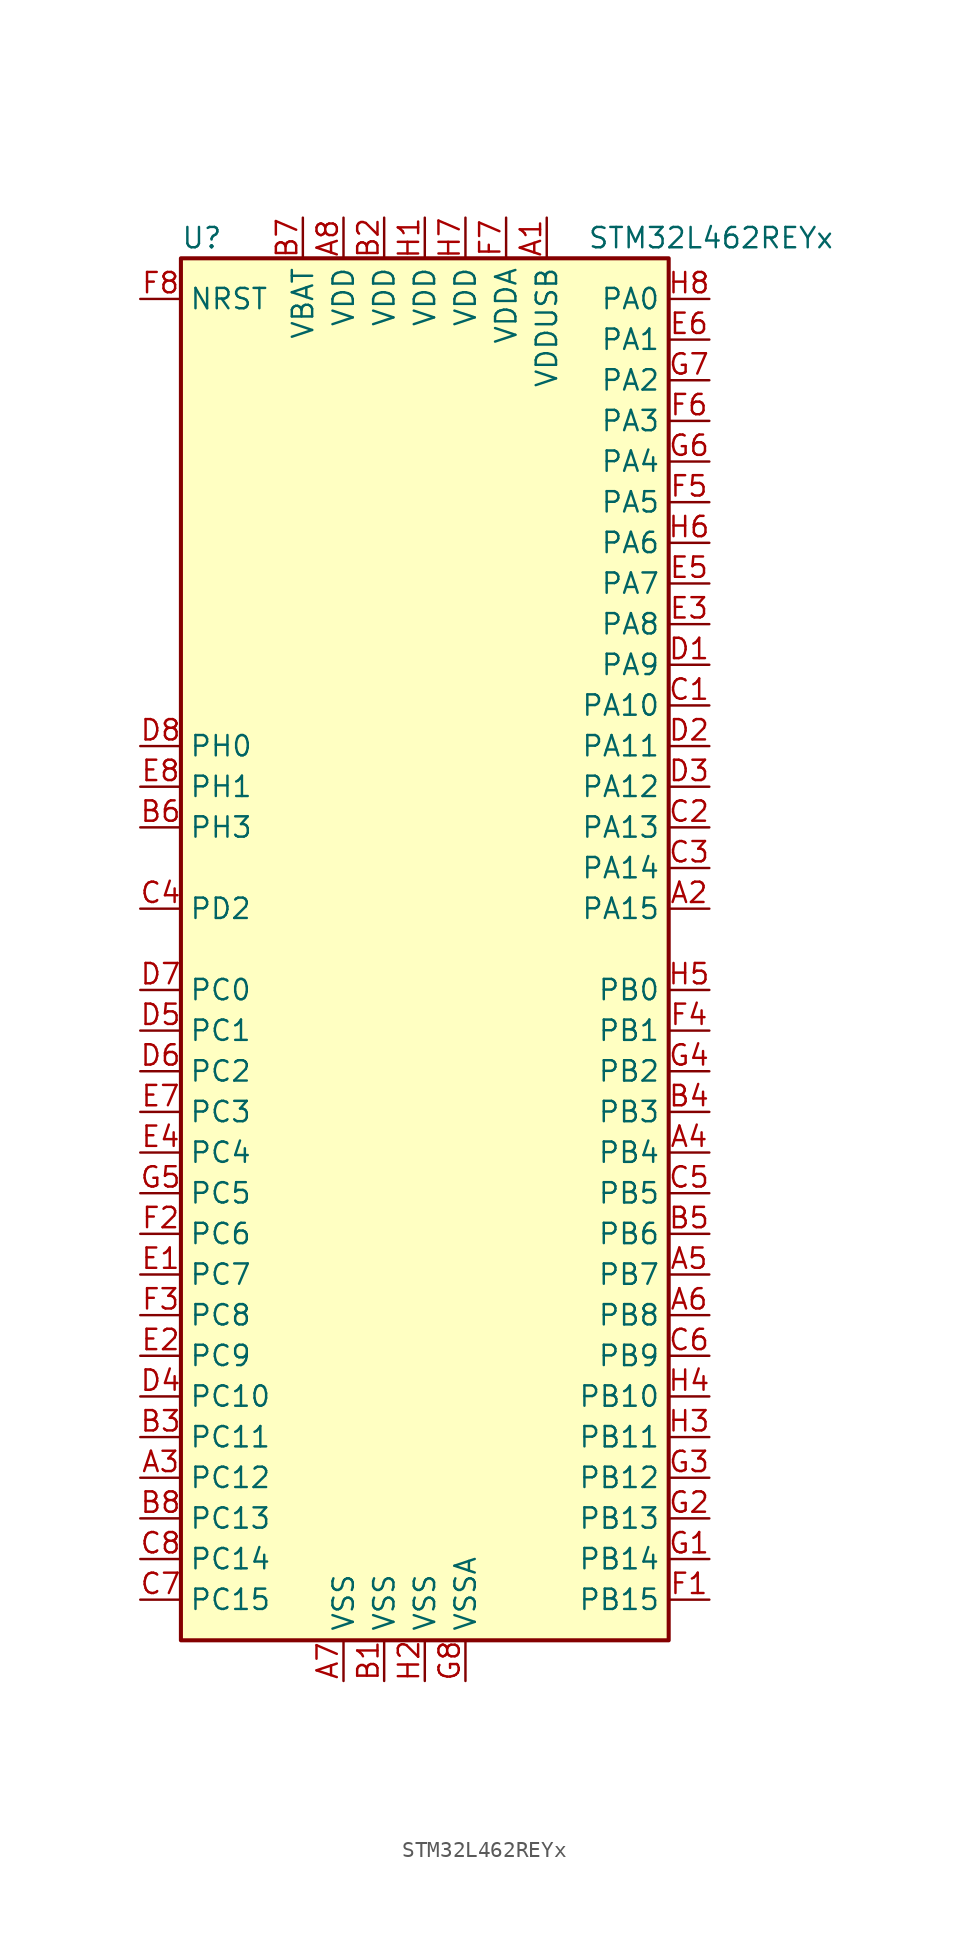
<source format=kicad_sym>
(kicad_symbol_lib
  (version 20211014)
  (generator kicad_symbol_editor)
  (symbol "STM32L462REYx"
    (property "Reference" "U"
      (at -15.24 44.45 0)
      (effects (font (size 1.27 1.27)) (justify left)))
    (property "Value" "STM32L462REYx"
      (at 10.16 44.45 0)
      (effects (font (size 1.27 1.27)) (justify left)))
    (symbol "STM32L462REYx_0_1"
      (rectangle (start -15.24 -43.18) (end 15.24 43.18) (stroke (width 0.254) (type default) (color 0 0 0 0)) (fill (type background))))
    (symbol "STM32L462REYx_1_1"
      (pin power_in line (at 7.62 45.72 270) (length 2.54) (name "VDDUSB" (effects (font (size 1.27 1.27)))) (number "A1" (effects (font (size 1.27 1.27)))))
      (pin bidirectional line (at 17.78 2.54 180) (length 2.54) (name "PA15" (effects (font (size 1.27 1.27)))) (number "A2" (effects (font (size 1.27 1.27)))))
      (pin bidirectional line (at -17.78 -33.02 0) (length 2.54) (name "PC12" (effects (font (size 1.27 1.27)))) (number "A3" (effects (font (size 1.27 1.27)))))
      (pin bidirectional line (at 17.78 -12.7 180) (length 2.54) (name "PB4" (effects (font (size 1.27 1.27)))) (number "A4" (effects (font (size 1.27 1.27)))))
      (pin bidirectional line (at 17.78 -20.32 180) (length 2.54) (name "PB7" (effects (font (size 1.27 1.27)))) (number "A5" (effects (font (size 1.27 1.27)))))
      (pin bidirectional line (at 17.78 -22.86 180) (length 2.54) (name "PB8" (effects (font (size 1.27 1.27)))) (number "A6" (effects (font (size 1.27 1.27)))))
      (pin power_in line (at -5.08 -45.72 90) (length 2.54) (name "VSS" (effects (font (size 1.27 1.27)))) (number "A7" (effects (font (size 1.27 1.27)))))
      (pin power_in line (at -5.08 45.72 270) (length 2.54) (name "VDD" (effects (font (size 1.27 1.27)))) (number "A8" (effects (font (size 1.27 1.27)))))
      (pin power_in line (at -2.54 -45.72 90) (length 2.54) (name "VSS" (effects (font (size 1.27 1.27)))) (number "B1" (effects (font (size 1.27 1.27)))))
      (pin power_in line (at -2.54 45.72 270) (length 2.54) (name "VDD" (effects (font (size 1.27 1.27)))) (number "B2" (effects (font (size 1.27 1.27)))))
      (pin bidirectional line (at -17.78 -30.48 0) (length 2.54) (name "PC11" (effects (font (size 1.27 1.27)))) (number "B3" (effects (font (size 1.27 1.27)))))
      (pin bidirectional line (at 17.78 -10.16 180) (length 2.54) (name "PB3" (effects (font (size 1.27 1.27)))) (number "B4" (effects (font (size 1.27 1.27)))))
      (pin bidirectional line (at 17.78 -17.78 180) (length 2.54) (name "PB6" (effects (font (size 1.27 1.27)))) (number "B5" (effects (font (size 1.27 1.27)))))
      (pin bidirectional line (at -17.78 7.62 0) (length 2.54) (name "PH3" (effects (font (size 1.27 1.27)))) (number "B6" (effects (font (size 1.27 1.27)))))
      (pin power_in line (at -7.62 45.72 270) (length 2.54) (name "VBAT" (effects (font (size 1.27 1.27)))) (number "B7" (effects (font (size 1.27 1.27)))))
      (pin bidirectional line (at -17.78 -35.56 0) (length 2.54) (name "PC13" (effects (font (size 1.27 1.27)))) (number "B8" (effects (font (size 1.27 1.27)))))
      (pin bidirectional line (at 17.78 15.24 180) (length 2.54) (name "PA10" (effects (font (size 1.27 1.27)))) (number "C1" (effects (font (size 1.27 1.27)))))
      (pin bidirectional line (at 17.78 7.62 180) (length 2.54) (name "PA13" (effects (font (size 1.27 1.27)))) (number "C2" (effects (font (size 1.27 1.27)))))
      (pin bidirectional line (at 17.78 5.08 180) (length 2.54) (name "PA14" (effects (font (size 1.27 1.27)))) (number "C3" (effects (font (size 1.27 1.27)))))
      (pin bidirectional line (at -17.78 2.54 0) (length 2.54) (name "PD2" (effects (font (size 1.27 1.27)))) (number "C4" (effects (font (size 1.27 1.27)))))
      (pin bidirectional line (at 17.78 -15.24 180) (length 2.54) (name "PB5" (effects (font (size 1.27 1.27)))) (number "C5" (effects (font (size 1.27 1.27)))))
      (pin bidirectional line (at 17.78 -25.4 180) (length 2.54) (name "PB9" (effects (font (size 1.27 1.27)))) (number "C6" (effects (font (size 1.27 1.27)))))
      (pin bidirectional line (at -17.78 -40.64 0) (length 2.54) (name "PC15" (effects (font (size 1.27 1.27)))) (number "C7" (effects (font (size 1.27 1.27)))))
      (pin bidirectional line (at -17.78 -38.1 0) (length 2.54) (name "PC14" (effects (font (size 1.27 1.27)))) (number "C8" (effects (font (size 1.27 1.27)))))
      (pin bidirectional line (at 17.78 17.78 180) (length 2.54) (name "PA9" (effects (font (size 1.27 1.27)))) (number "D1" (effects (font (size 1.27 1.27)))))
      (pin bidirectional line (at 17.78 12.7 180) (length 2.54) (name "PA11" (effects (font (size 1.27 1.27)))) (number "D2" (effects (font (size 1.27 1.27)))))
      (pin bidirectional line (at 17.78 10.16 180) (length 2.54) (name "PA12" (effects (font (size 1.27 1.27)))) (number "D3" (effects (font (size 1.27 1.27)))))
      (pin bidirectional line (at -17.78 -27.94 0) (length 2.54) (name "PC10" (effects (font (size 1.27 1.27)))) (number "D4" (effects (font (size 1.27 1.27)))))
      (pin bidirectional line (at -17.78 -5.08 0) (length 2.54) (name "PC1" (effects (font (size 1.27 1.27)))) (number "D5" (effects (font (size 1.27 1.27)))))
      (pin bidirectional line (at -17.78 -7.62 0) (length 2.54) (name "PC2" (effects (font (size 1.27 1.27)))) (number "D6" (effects (font (size 1.27 1.27)))))
      (pin bidirectional line (at -17.78 -2.54 0) (length 2.54) (name "PC0" (effects (font (size 1.27 1.27)))) (number "D7" (effects (font (size 1.27 1.27)))))
      (pin input line (at -17.78 12.7 0) (length 2.54) (name "PH0" (effects (font (size 1.27 1.27)))) (number "D8" (effects (font (size 1.27 1.27)))))
      (pin bidirectional line (at -17.78 -20.32 0) (length 2.54) (name "PC7" (effects (font (size 1.27 1.27)))) (number "E1" (effects (font (size 1.27 1.27)))))
      (pin bidirectional line (at -17.78 -25.4 0) (length 2.54) (name "PC9" (effects (font (size 1.27 1.27)))) (number "E2" (effects (font (size 1.27 1.27)))))
      (pin bidirectional line (at 17.78 20.32 180) (length 2.54) (name "PA8" (effects (font (size 1.27 1.27)))) (number "E3" (effects (font (size 1.27 1.27)))))
      (pin bidirectional line (at -17.78 -12.7 0) (length 2.54) (name "PC4" (effects (font (size 1.27 1.27)))) (number "E4" (effects (font (size 1.27 1.27)))))
      (pin bidirectional line (at 17.78 22.86 180) (length 2.54) (name "PA7" (effects (font (size 1.27 1.27)))) (number "E5" (effects (font (size 1.27 1.27)))))
      (pin bidirectional line (at 17.78 38.1 180) (length 2.54) (name "PA1" (effects (font (size 1.27 1.27)))) (number "E6" (effects (font (size 1.27 1.27)))))
      (pin bidirectional line (at -17.78 -10.16 0) (length 2.54) (name "PC3" (effects (font (size 1.27 1.27)))) (number "E7" (effects (font (size 1.27 1.27)))))
      (pin input line (at -17.78 10.16 0) (length 2.54) (name "PH1" (effects (font (size 1.27 1.27)))) (number "E8" (effects (font (size 1.27 1.27)))))
      (pin bidirectional line (at 17.78 -40.64 180) (length 2.54) (name "PB15" (effects (font (size 1.27 1.27)))) (number "F1" (effects (font (size 1.27 1.27)))))
      (pin bidirectional line (at -17.78 -17.78 0) (length 2.54) (name "PC6" (effects (font (size 1.27 1.27)))) (number "F2" (effects (font (size 1.27 1.27)))))
      (pin bidirectional line (at -17.78 -22.86 0) (length 2.54) (name "PC8" (effects (font (size 1.27 1.27)))) (number "F3" (effects (font (size 1.27 1.27)))))
      (pin bidirectional line (at 17.78 -5.08 180) (length 2.54) (name "PB1" (effects (font (size 1.27 1.27)))) (number "F4" (effects (font (size 1.27 1.27)))))
      (pin bidirectional line (at 17.78 27.94 180) (length 2.54) (name "PA5" (effects (font (size 1.27 1.27)))) (number "F5" (effects (font (size 1.27 1.27)))))
      (pin bidirectional line (at 17.78 33.02 180) (length 2.54) (name "PA3" (effects (font (size 1.27 1.27)))) (number "F6" (effects (font (size 1.27 1.27)))))
      (pin power_in line (at 5.08 45.72 270) (length 2.54) (name "VDDA" (effects (font (size 1.27 1.27)))) (number "F7" (effects (font (size 1.27 1.27)))))
      (pin input line (at -17.78 40.64 0) (length 2.54) (name "NRST" (effects (font (size 1.27 1.27)))) (number "F8" (effects (font (size 1.27 1.27)))))
      (pin bidirectional line (at 17.78 -38.1 180) (length 2.54) (name "PB14" (effects (font (size 1.27 1.27)))) (number "G1" (effects (font (size 1.27 1.27)))))
      (pin bidirectional line (at 17.78 -35.56 180) (length 2.54) (name "PB13" (effects (font (size 1.27 1.27)))) (number "G2" (effects (font (size 1.27 1.27)))))
      (pin bidirectional line (at 17.78 -33.02 180) (length 2.54) (name "PB12" (effects (font (size 1.27 1.27)))) (number "G3" (effects (font (size 1.27 1.27)))))
      (pin bidirectional line (at 17.78 -7.62 180) (length 2.54) (name "PB2" (effects (font (size 1.27 1.27)))) (number "G4" (effects (font (size 1.27 1.27)))))
      (pin bidirectional line (at -17.78 -15.24 0) (length 2.54) (name "PC5" (effects (font (size 1.27 1.27)))) (number "G5" (effects (font (size 1.27 1.27)))))
      (pin bidirectional line (at 17.78 30.48 180) (length 2.54) (name "PA4" (effects (font (size 1.27 1.27)))) (number "G6" (effects (font (size 1.27 1.27)))))
      (pin bidirectional line (at 17.78 35.56 180) (length 2.54) (name "PA2" (effects (font (size 1.27 1.27)))) (number "G7" (effects (font (size 1.27 1.27)))))
      (pin power_in line (at 2.54 -45.72 90) (length 2.54) (name "VSSA" (effects (font (size 1.27 1.27)))) (number "G8" (effects (font (size 1.27 1.27)))))
      (pin power_in line (at 0 45.72 270) (length 2.54) (name "VDD" (effects (font (size 1.27 1.27)))) (number "H1" (effects (font (size 1.27 1.27)))))
      (pin power_in line (at 0 -45.72 90) (length 2.54) (name "VSS" (effects (font (size 1.27 1.27)))) (number "H2" (effects (font (size 1.27 1.27)))))
      (pin bidirectional line (at 17.78 -30.48 180) (length 2.54) (name "PB11" (effects (font (size 1.27 1.27)))) (number "H3" (effects (font (size 1.27 1.27)))))
      (pin bidirectional line (at 17.78 -27.94 180) (length 2.54) (name "PB10" (effects (font (size 1.27 1.27)))) (number "H4" (effects (font (size 1.27 1.27)))))
      (pin bidirectional line (at 17.78 -2.54 180) (length 2.54) (name "PB0" (effects (font (size 1.27 1.27)))) (number "H5" (effects (font (size 1.27 1.27)))))
      (pin bidirectional line (at 17.78 25.4 180) (length 2.54) (name "PA6" (effects (font (size 1.27 1.27)))) (number "H6" (effects (font (size 1.27 1.27)))))
      (pin power_in line (at 2.54 45.72 270) (length 2.54) (name "VDD" (effects (font (size 1.27 1.27)))) (number "H7" (effects (font (size 1.27 1.27)))))
      (pin bidirectional line (at 17.78 40.64 180) (length 2.54) (name "PA0" (effects (font (size 1.27 1.27)))) (number "H8" (effects (font (size 1.27 1.27))))))))
</source>
